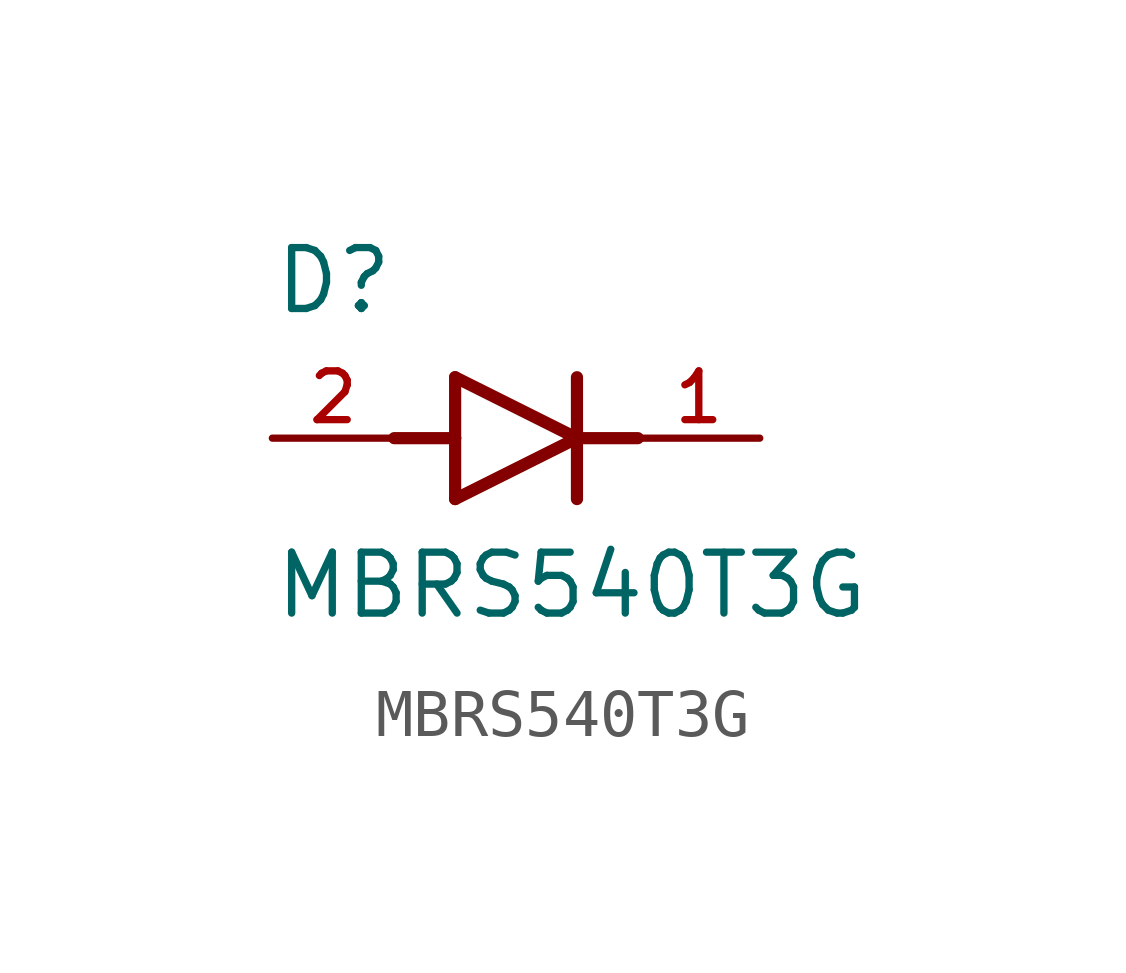
<source format=kicad_sym>
(kicad_symbol_lib
  (version 20211014)
  (generator kicad_symbol_editor)
  (symbol "MBRS540T3G"
    (pin_names
      (offset 1.016))
    (property "Reference" "D"
      (at -5.08 2.54 0)
      (effects (font (size 1.27 1.27)) (justify bottom left)))
    (property "Value" "MBRS540T3G"
      (at -5.08 -3.81 0)
      (effects (font (size 1.27 1.27)) (justify bottom left)))
    (symbol "MBRS540T3G_0_0"
      (polyline (pts (xy -1.27 -1.27) (xy 1.27 0.0)) (stroke (width 0.254)))
      (polyline (pts (xy 1.27 0.0) (xy -1.27 1.27)) (stroke (width 0.254)))
      (polyline (pts (xy 1.27 1.27) (xy 1.27 0.0)) (stroke (width 0.254)))
      (polyline (pts (xy -1.27 1.27) (xy -1.27 0.0)) (stroke (width 0.254)))
      (polyline (pts (xy -1.27 0.0) (xy -1.27 -1.27)) (stroke (width 0.254)))
      (polyline (pts (xy 1.27 0.0) (xy 1.27 -1.27)) (stroke (width 0.254)))
      (polyline (pts (xy -2.54 0.0) (xy -1.27 0.0)) (stroke (width 0.254)))
      (polyline (pts (xy 1.27 0.0) (xy 2.54 0.0)) (stroke (width 0.254)))
      (pin passive line (at 5.08 0.0 180.0) (length 2.54) (name "~" (effects (font (size 1.016 1.016)))) (number "1" (effects (font (size 1.016 1.016)))))
      (pin passive line (at -5.08 0.0 0) (length 2.54) (name "~" (effects (font (size 1.016 1.016)))) (number "2" (effects (font (size 1.016 1.016))))))))
</source>
